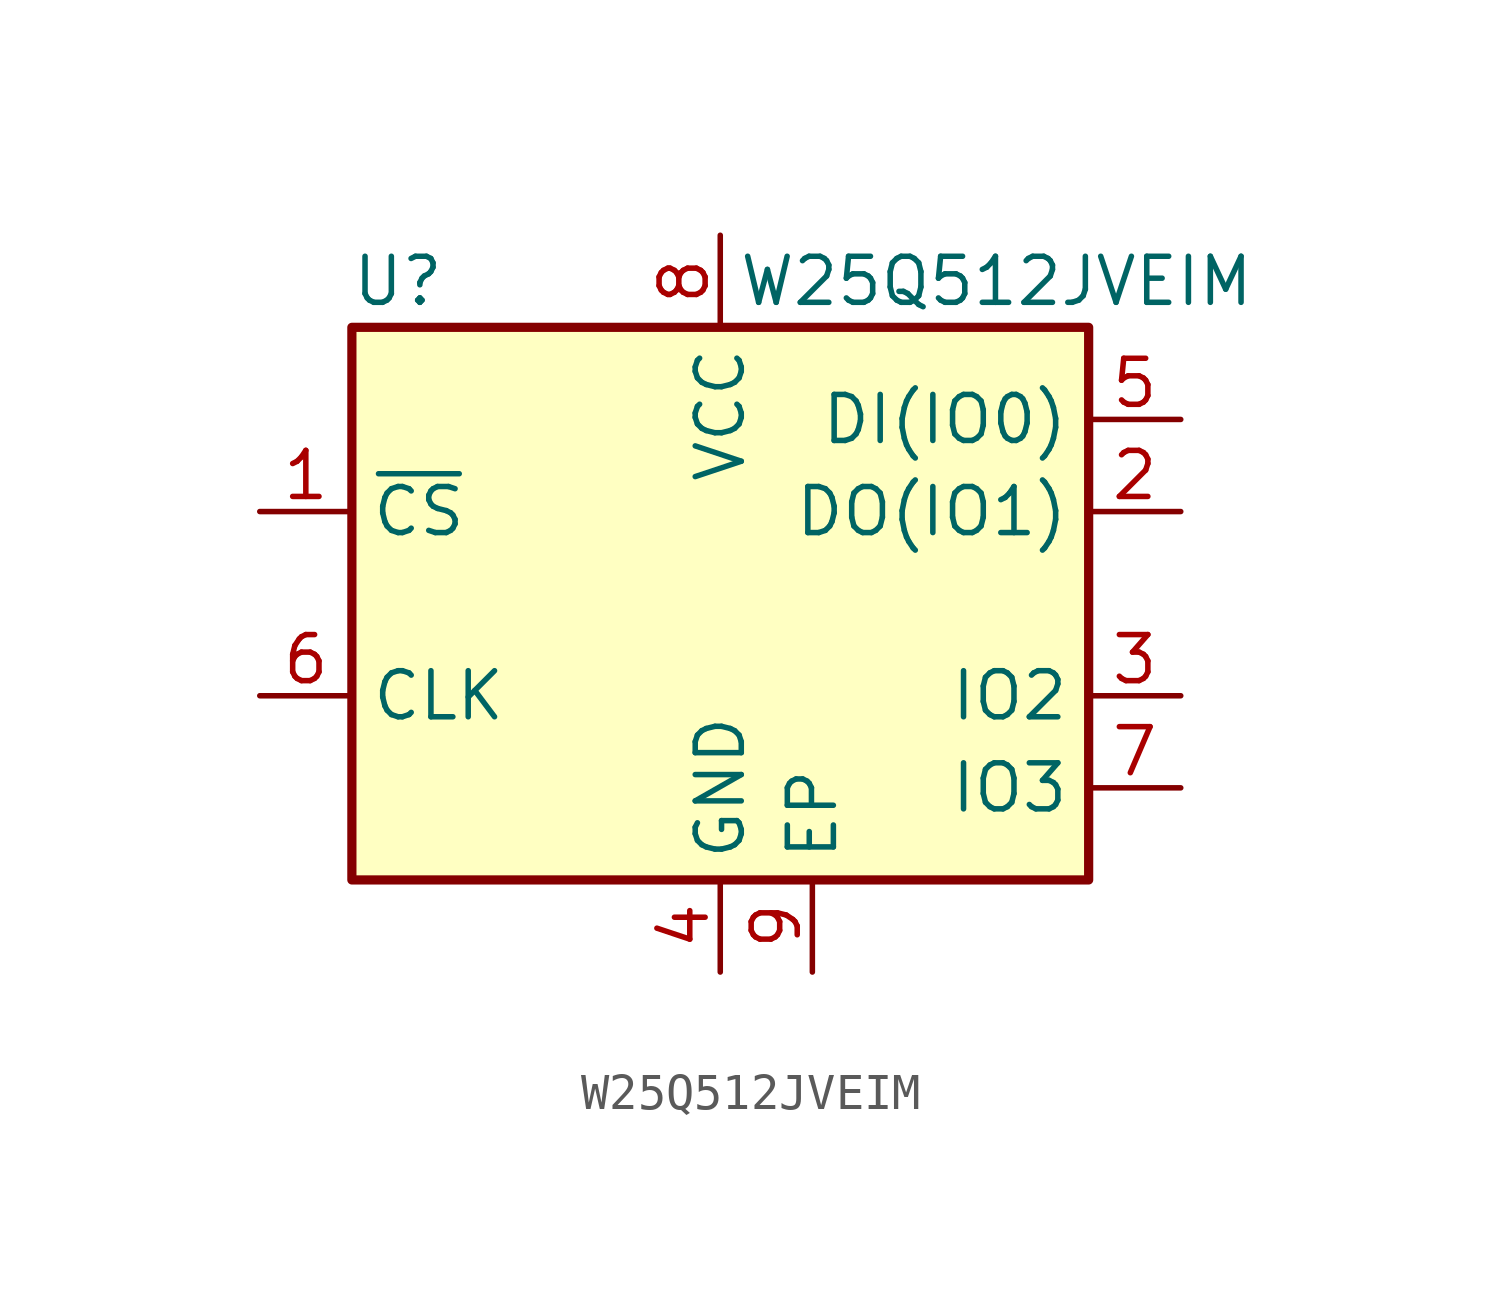
<source format=kicad_sym>
(kicad_symbol_lib
  (version 20201005)
  (generator kicad_symbol_editor)
  (symbol "Memory_Flash_U:W25Q512JVEIM"
    (property "Reference" "U"
      (at -8.89 8.89 0)
      (effects (font (size 1.27 1.27))))
    (property "Value" "W25Q512JVEIM"
      (at 7.62 8.89 0)
      (effects (font (size 1.27 1.27))))
    (symbol "W25Q512JVEIM_0_1"
      (rectangle (start -10.16 7.62) (end 10.16 -7.62) (stroke (width 0.254)) (fill (type background))))
    (symbol "W25Q512JVEIM_1_1"
      (pin input line (at -12.7 2.54 0) (length 2.54) (name "~CS" (effects (font (size 1.27 1.27)))) (number "1" (effects (font (size 1.27 1.27)))))
      (pin bidirectional line (at 12.7 2.54 180) (length 2.54) (name "DO(IO1)" (effects (font (size 1.27 1.27)))) (number "2" (effects (font (size 1.27 1.27)))))
      (pin bidirectional line (at 12.7 -2.54 180) (length 2.54) (name "IO2" (effects (font (size 1.27 1.27)))) (number "3" (effects (font (size 1.27 1.27)))))
      (pin power_in line (at 0 -10.16 90) (length 2.54) (name "GND" (effects (font (size 1.27 1.27)))) (number "4" (effects (font (size 1.27 1.27)))))
      (pin bidirectional line (at 12.7 5.08 180) (length 2.54) (name "DI(IO0)" (effects (font (size 1.27 1.27)))) (number "5" (effects (font (size 1.27 1.27)))))
      (pin input line (at -12.7 -2.54 0) (length 2.54) (name "CLK" (effects (font (size 1.27 1.27)))) (number "6" (effects (font (size 1.27 1.27)))))
      (pin bidirectional line (at 12.7 -5.08 180) (length 2.54) (name "IO3" (effects (font (size 1.27 1.27)))) (number "7" (effects (font (size 1.27 1.27)))))
      (pin power_in line (at 0 10.16 270) (length 2.54) (name "VCC" (effects (font (size 1.27 1.27)))) (number "8" (effects (font (size 1.27 1.27)))))
      (pin passive line (at 2.54 -10.16 90) (length 2.54) (name "EP" (effects (font (size 1.27 1.27)))) (number "9" (effects (font (size 1.27 1.27))))))))
</source>
